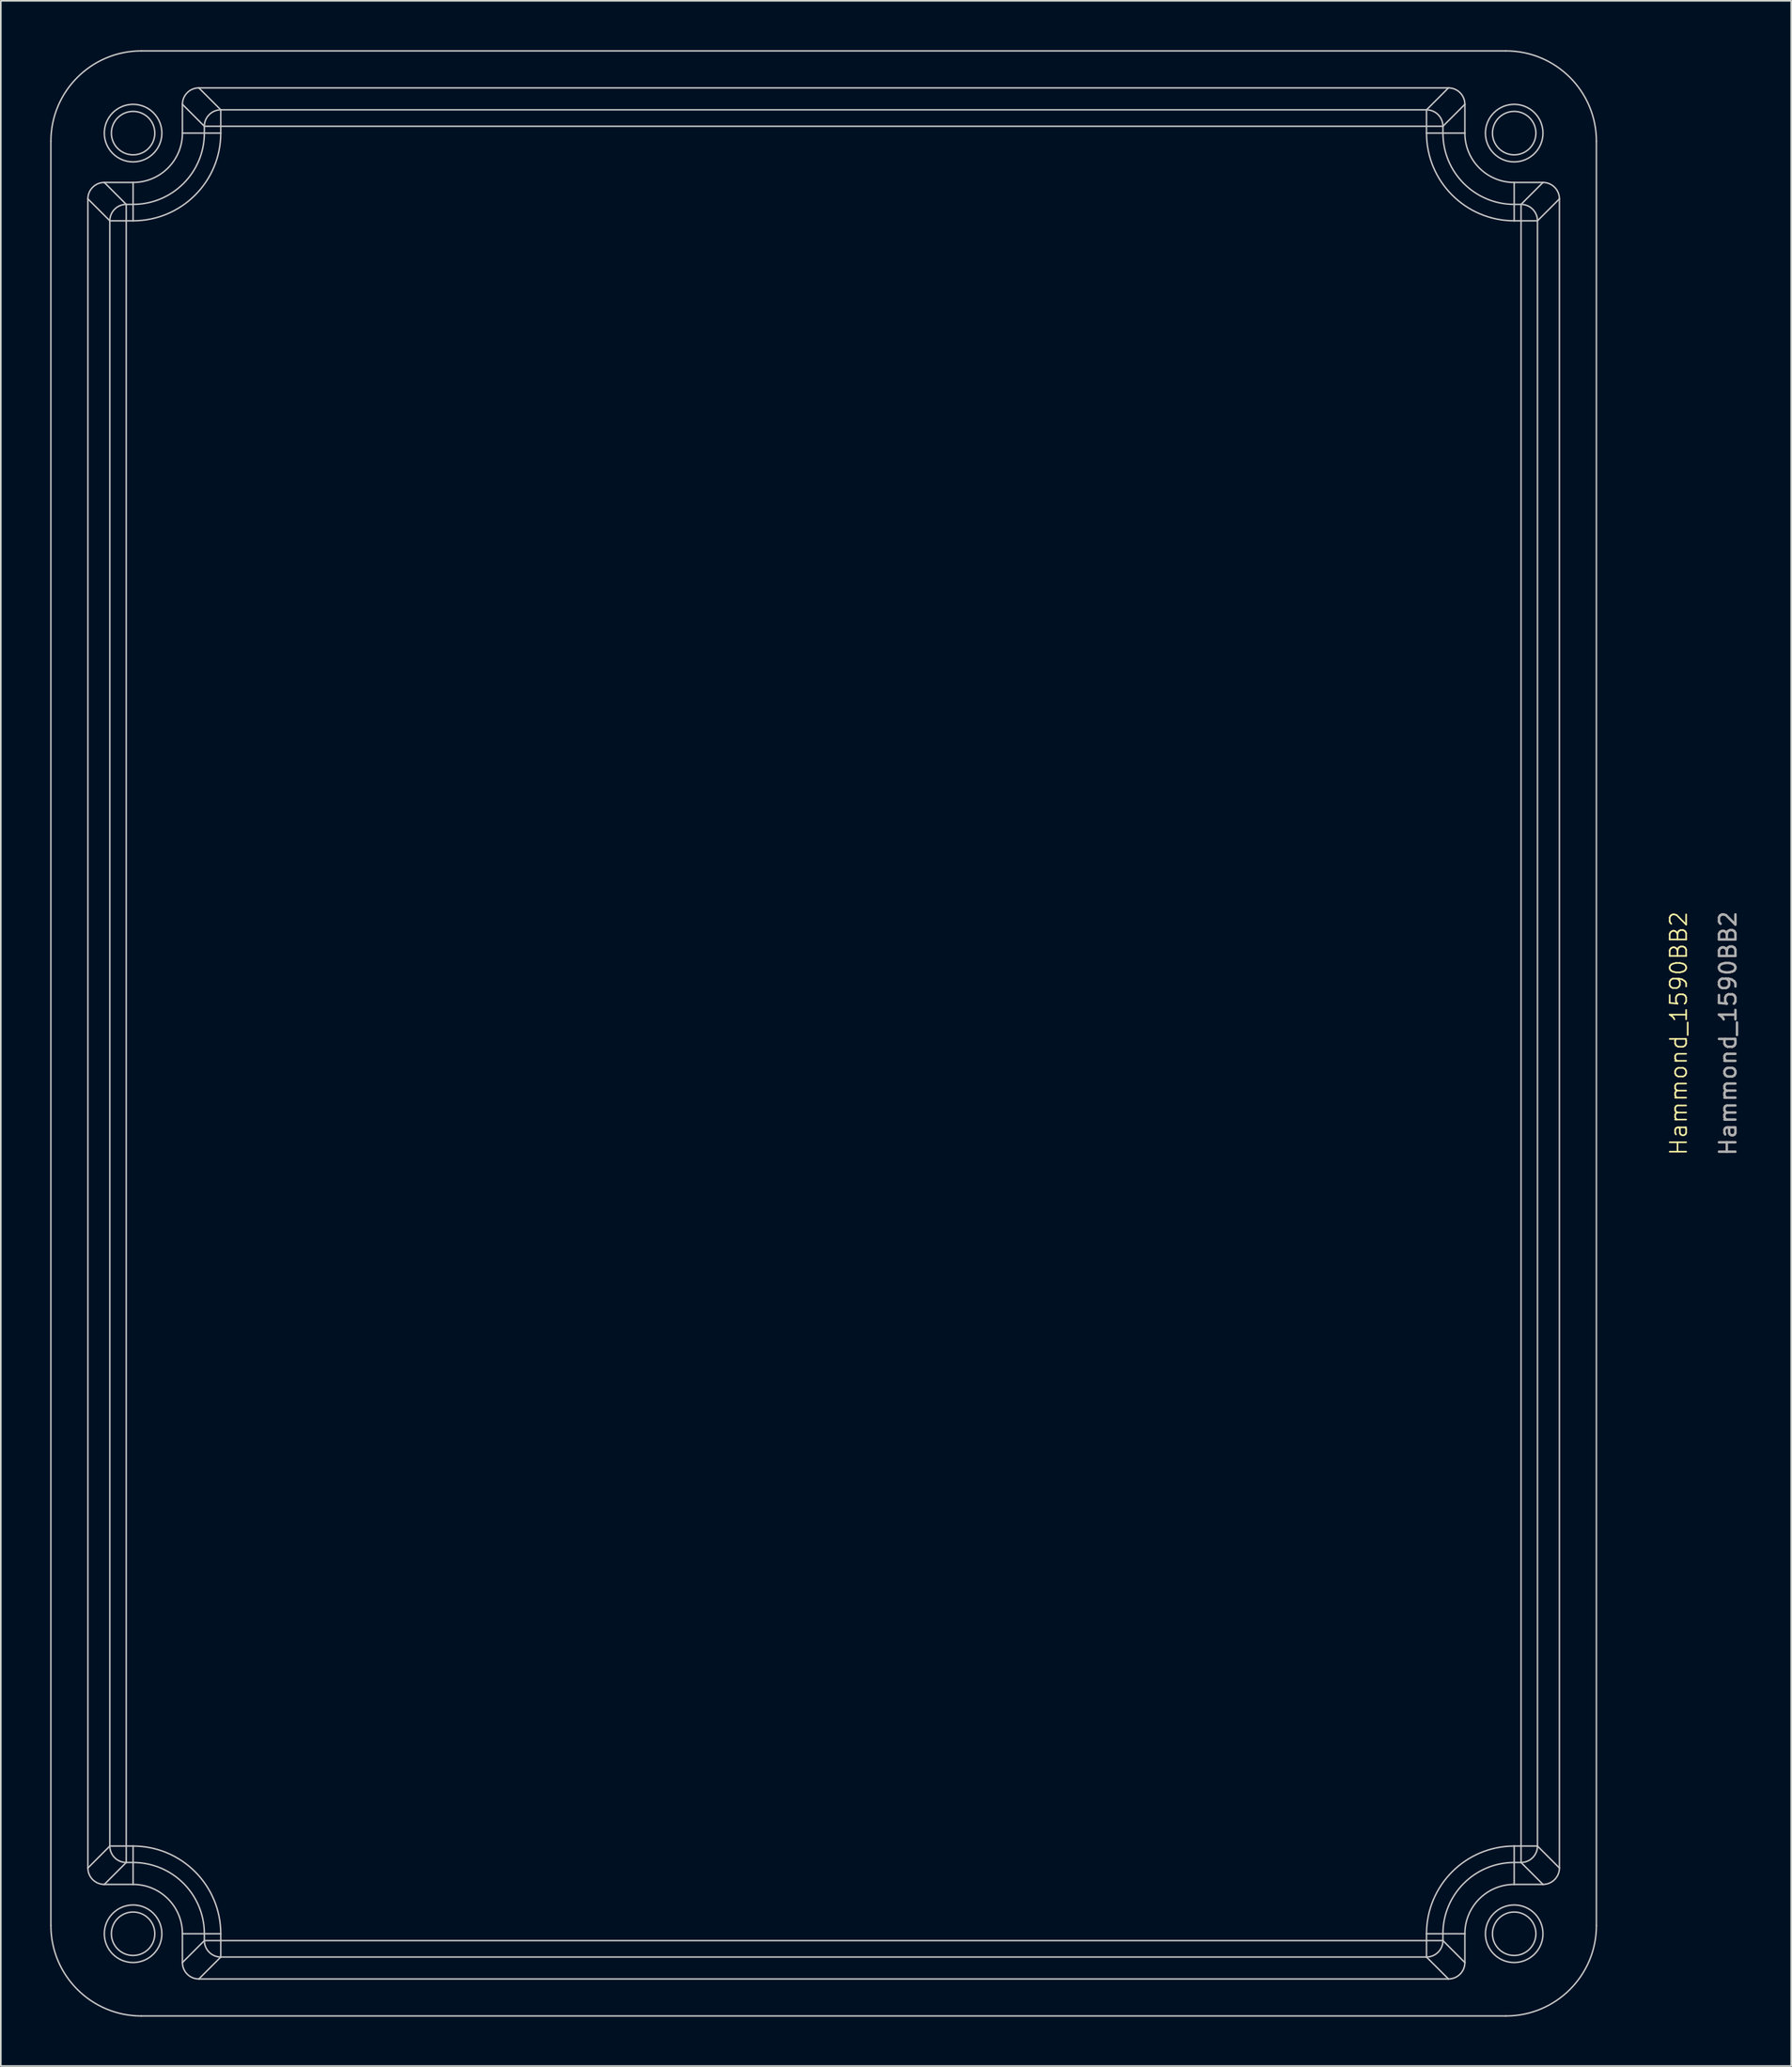
<source format=kicad_pcb>
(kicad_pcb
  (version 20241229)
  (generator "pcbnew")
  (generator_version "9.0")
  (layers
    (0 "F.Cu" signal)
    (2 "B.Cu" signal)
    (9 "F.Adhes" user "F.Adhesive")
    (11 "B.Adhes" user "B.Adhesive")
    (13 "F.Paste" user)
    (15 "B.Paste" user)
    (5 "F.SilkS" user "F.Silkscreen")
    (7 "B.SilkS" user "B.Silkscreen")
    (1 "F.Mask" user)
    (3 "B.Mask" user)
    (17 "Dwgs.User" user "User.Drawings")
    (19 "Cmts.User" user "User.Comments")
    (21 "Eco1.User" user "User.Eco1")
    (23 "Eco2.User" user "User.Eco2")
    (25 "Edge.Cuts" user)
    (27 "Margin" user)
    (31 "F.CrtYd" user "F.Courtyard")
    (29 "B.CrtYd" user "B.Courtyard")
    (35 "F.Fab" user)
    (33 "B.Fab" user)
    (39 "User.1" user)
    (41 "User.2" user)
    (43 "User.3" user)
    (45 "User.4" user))
  (footprint "Hammond_1590BB2"
    (layer "F.Cu")
    (at 47.045 59.795)
    (property "Reference" "Hammond_1590BB2" (at 52 0 90) (unlocked yes) (layer "F.SilkS") (effects (font (size 1 1) (thickness 0.1))))
    (fp_line (start -47 -54.25) (end -47 54.25) (stroke (width 0.09) (type solid)) (layer "Dwgs.User"))
    (fp_line (start -44.75 -50.751) (end -43.416 -49.417) (stroke (width 0.09) (type solid)) (layer "Dwgs.User"))
    (fp_line (start -44.75 50.751) (end -44.75 -50.751) (stroke (width 0.09) (type solid)) (layer "Dwgs.User"))
    (fp_line (start -43.751 -51.75) (end -42 -51.75) (stroke (width 0.09) (type solid)) (layer "Dwgs.User"))
    (fp_line (start -43.751 51.75) (end -42.417 50.416) (stroke (width 0.09) (type solid)) (layer "Dwgs.User"))
    (fp_line (start -43.416 -49.417) (end -43.416 49.417) (stroke (width 0.09) (type solid)) (layer "Dwgs.User"))
    (fp_line (start -43.416 -49.417) (end -42.417 -49.417) (stroke (width 0.09) (type solid)) (layer "Dwgs.User"))
    (fp_line (start -43.416 49.417) (end -44.75 50.751) (stroke (width 0.09) (type solid)) (layer "Dwgs.User"))
    (fp_line (start -42.417 -50.416) (end -43.751 -51.75) (stroke (width 0.09) (type solid)) (layer "Dwgs.User"))
    (fp_line (start -42.417 -49.417) (end -42.417 -50.416) (stroke (width 0.09) (type solid)) (layer "Dwgs.User"))
    (fp_line (start -42.417 -49.417) (end -42 -49.417) (stroke (width 0.09) (type solid)) (layer "Dwgs.User"))
    (fp_line (start -42.417 49.417) (end -43.416 49.417) (stroke (width 0.09) (type solid)) (layer "Dwgs.User"))
    (fp_line (start -42.417 49.417) (end -42.417 -49.417) (stroke (width 0.09) (type solid)) (layer "Dwgs.User"))
    (fp_line (start -42.417 50.416) (end -42.417 49.417) (stroke (width 0.09) (type solid)) (layer "Dwgs.User"))
    (fp_line (start -42.417 50.416) (end -42 50.416) (stroke (width 0.09) (type solid)) (layer "Dwgs.User"))
    (fp_line (start -42 -51.75) (end -42 -50.416) (stroke (width 0.09) (type solid)) (layer "Dwgs.User"))
    (fp_line (start -42 -50.416) (end -42.417 -50.416) (stroke (width 0.09) (type solid)) (layer "Dwgs.User"))
    (fp_line (start -42 -50.416) (end -42 -49.417) (stroke (width 0.09) (type solid)) (layer "Dwgs.User"))
    (fp_line (start -42 49.417) (end -42.417 49.417) (stroke (width 0.09) (type solid)) (layer "Dwgs.User"))
    (fp_line (start -42 49.417) (end -42 50.416) (stroke (width 0.09) (type solid)) (layer "Dwgs.User"))
    (fp_line (start -42 51.75) (end -43.751 51.75) (stroke (width 0.09) (type solid)) (layer "Dwgs.User"))
    (fp_line (start -42 51.75) (end -42 50.416) (stroke (width 0.09) (type solid)) (layer "Dwgs.User"))
    (fp_line (start -41.5 59.75) (end 41.5 59.75) (stroke (width 0.09) (type solid)) (layer "Dwgs.User"))
    (fp_line (start -39 -56.501) (end -37.666 -55.167) (stroke (width 0.09) (type solid)) (layer "Dwgs.User"))
    (fp_line (start -39 -54.75) (end -39 -56.501) (stroke (width 0.09) (type solid)) (layer "Dwgs.User"))
    (fp_line (start -39 -54.75) (end -37.666 -54.75) (stroke (width 0.09) (type solid)) (layer "Dwgs.User"))
    (fp_line (start -39 54.75) (end -37.666 54.75) (stroke (width 0.09) (type solid)) (layer "Dwgs.User"))
    (fp_line (start -39 56.501) (end -39 54.75) (stroke (width 0.09) (type solid)) (layer "Dwgs.User"))
    (fp_line (start -38.001 -57.5) (end 38.001 -57.5) (stroke (width 0.09) (type solid)) (layer "Dwgs.User"))
    (fp_line (start -38.001 57.5) (end -36.667 56.166) (stroke (width 0.09) (type solid)) (layer "Dwgs.User"))
    (fp_line (start -37.666 -55.167) (end -37.666 -54.75) (stroke (width 0.09) (type solid)) (layer "Dwgs.User"))
    (fp_line (start -37.666 -55.167) (end -36.667 -55.167) (stroke (width 0.09) (type solid)) (layer "Dwgs.User"))
    (fp_line (start -37.666 -54.75) (end -36.667 -54.75) (stroke (width 0.09) (type solid)) (layer "Dwgs.User"))
    (fp_line (start -37.666 54.75) (end -37.666 55.167) (stroke (width 0.09) (type solid)) (layer "Dwgs.User"))
    (fp_line (start -37.666 55.167) (end -39 56.501) (stroke (width 0.09) (type solid)) (layer "Dwgs.User"))
    (fp_line (start -36.667 -56.166) (end -38.001 -57.5) (stroke (width 0.09) (type solid)) (layer "Dwgs.User"))
    (fp_line (start -36.667 -55.167) (end -36.667 -56.166) (stroke (width 0.09) (type solid)) (layer "Dwgs.User"))
    (fp_line (start -36.667 -55.167) (end 36.667 -55.167) (stroke (width 0.09) (type solid)) (layer "Dwgs.User"))
    (fp_line (start -36.667 -54.75) (end -36.667 -55.167) (stroke (width 0.09) (type solid)) (layer "Dwgs.User"))
    (fp_line (start -36.667 54.75) (end -37.666 54.75) (stroke (width 0.09) (type solid)) (layer "Dwgs.User"))
    (fp_line (start -36.667 55.167) (end -37.666 55.167) (stroke (width 0.09) (type solid)) (layer "Dwgs.User"))
    (fp_line (start -36.667 55.167) (end -36.667 54.75) (stroke (width 0.09) (type solid)) (layer "Dwgs.User"))
    (fp_line (start -36.667 56.166) (end -36.667 55.167) (stroke (width 0.09) (type solid)) (layer "Dwgs.User"))
    (fp_line (start -36.667 56.166) (end 36.667 56.166) (stroke (width 0.09) (type solid)) (layer "Dwgs.User"))
    (fp_line (start 36.667 -56.166) (end -36.667 -56.166) (stroke (width 0.09) (type solid)) (layer "Dwgs.User"))
    (fp_line (start 36.667 -56.166) (end 36.667 -55.167) (stroke (width 0.09) (type solid)) (layer "Dwgs.User"))
    (fp_line (start 36.667 -55.167) (end 36.667 -54.75) (stroke (width 0.09) (type solid)) (layer "Dwgs.User"))
    (fp_line (start 36.667 -55.167) (end 37.666 -55.167) (stroke (width 0.09) (type solid)) (layer "Dwgs.User"))
    (fp_line (start 36.667 54.75) (end 36.667 55.167) (stroke (width 0.09) (type solid)) (layer "Dwgs.User"))
    (fp_line (start 36.667 54.75) (end 37.666 54.75) (stroke (width 0.09) (type solid)) (layer "Dwgs.User"))
    (fp_line (start 36.667 55.167) (end -36.667 55.167) (stroke (width 0.09) (type solid)) (layer "Dwgs.User"))
    (fp_line (start 36.667 55.167) (end 36.667 56.166) (stroke (width 0.09) (type solid)) (layer "Dwgs.User"))
    (fp_line (start 36.667 56.166) (end 38.001 57.5) (stroke (width 0.09) (type solid)) (layer "Dwgs.User"))
    (fp_line (start 37.666 -55.167) (end 39 -56.501) (stroke (width 0.09) (type solid)) (layer "Dwgs.User"))
    (fp_line (start 37.666 -54.75) (end 36.667 -54.75) (stroke (width 0.09) (type solid)) (layer "Dwgs.User"))
    (fp_line (start 37.666 -54.75) (end 37.666 -55.167) (stroke (width 0.09) (type solid)) (layer "Dwgs.User"))
    (fp_line (start 37.666 55.167) (end 36.667 55.167) (stroke (width 0.09) (type solid)) (layer "Dwgs.User"))
    (fp_line (start 37.666 55.167) (end 37.666 54.75) (stroke (width 0.09) (type solid)) (layer "Dwgs.User"))
    (fp_line (start 38.001 -57.5) (end 36.667 -56.166) (stroke (width 0.09) (type solid)) (layer "Dwgs.User"))
    (fp_line (start 38.001 57.5) (end -38.001 57.5) (stroke (width 0.09) (type solid)) (layer "Dwgs.User"))
    (fp_line (start 39 -56.501) (end 39 -54.75) (stroke (width 0.09) (type solid)) (layer "Dwgs.User"))
    (fp_line (start 39 -54.75) (end 37.666 -54.75) (stroke (width 0.09) (type solid)) (layer "Dwgs.User"))
    (fp_line (start 39 54.75) (end 37.666 54.75) (stroke (width 0.09) (type solid)) (layer "Dwgs.User"))
    (fp_line (start 39 54.75) (end 39 56.501) (stroke (width 0.09) (type solid)) (layer "Dwgs.User"))
    (fp_line (start 39 56.501) (end 37.666 55.167) (stroke (width 0.09) (type solid)) (layer "Dwgs.User"))
    (fp_line (start 41.5 -59.75) (end -41.5 -59.75) (stroke (width 0.09) (type solid)) (layer "Dwgs.User"))
    (fp_line (start 42 -51.75) (end 42 -50.416) (stroke (width 0.09) (type solid)) (layer "Dwgs.User"))
    (fp_line (start 42 -51.75) (end 43.751 -51.75) (stroke (width 0.09) (type solid)) (layer "Dwgs.User"))
    (fp_line (start 42 -50.416) (end 42 -49.417) (stroke (width 0.09) (type solid)) (layer "Dwgs.User"))
    (fp_line (start 42 -49.417) (end 42.417 -49.417) (stroke (width 0.09) (type solid)) (layer "Dwgs.User"))
    (fp_line (start 42 49.417) (end 42 50.416) (stroke (width 0.09) (type solid)) (layer "Dwgs.User"))
    (fp_line (start 42 50.416) (end 42.417 50.416) (stroke (width 0.09) (type solid)) (layer "Dwgs.User"))
    (fp_line (start 42 51.75) (end 42 50.416) (stroke (width 0.09) (type solid)) (layer "Dwgs.User"))
    (fp_line (start 42.417 -50.416) (end 42 -50.416) (stroke (width 0.09) (type solid)) (layer "Dwgs.User"))
    (fp_line (start 42.417 -50.416) (end 42.417 -49.417) (stroke (width 0.09) (type solid)) (layer "Dwgs.User"))
    (fp_line (start 42.417 -49.417) (end 42.417 49.417) (stroke (width 0.09) (type solid)) (layer "Dwgs.User"))
    (fp_line (start 42.417 -49.417) (end 43.416 -49.417) (stroke (width 0.09) (type solid)) (layer "Dwgs.User"))
    (fp_line (start 42.417 49.417) (end 42 49.417) (stroke (width 0.09) (type solid)) (layer "Dwgs.User"))
    (fp_line (start 42.417 49.417) (end 42.417 50.416) (stroke (width 0.09) (type solid)) (layer "Dwgs.User"))
    (fp_line (start 42.417 50.416) (end 43.751 51.75) (stroke (width 0.09) (type solid)) (layer "Dwgs.User"))
    (fp_line (start 43.416 -49.417) (end 44.75 -50.751) (stroke (width 0.09) (type solid)) (layer "Dwgs.User"))
    (fp_line (start 43.416 49.417) (end 42.417 49.417) (stroke (width 0.09) (type solid)) (layer "Dwgs.User"))
    (fp_line (start 43.416 49.417) (end 43.416 -49.417) (stroke (width 0.09) (type solid)) (layer "Dwgs.User"))
    (fp_line (start 43.751 -51.75) (end 42.417 -50.416) (stroke (width 0.09) (type solid)) (layer "Dwgs.User"))
    (fp_line (start 43.751 51.75) (end 42 51.75) (stroke (width 0.09) (type solid)) (layer "Dwgs.User"))
    (fp_line (start 44.75 -50.751) (end 44.75 50.751) (stroke (width 0.09) (type solid)) (layer "Dwgs.User"))
    (fp_line (start 44.75 50.751) (end 43.416 49.417) (stroke (width 0.09) (type solid)) (layer "Dwgs.User"))
    (fp_line (start 47 54.25) (end 47 -54.25) (stroke (width 0.09) (type solid)) (layer "Dwgs.User"))
    (fp_arc (start -47 -54.25) (mid -45.3891 -58.1391) (end -41.5 -59.75) (stroke (width 0.09) (type solid)) (layer "Dwgs.User"))
    (fp_arc (start -42 49.417389) (mid -38.229266 50.979266) (end -36.667388 54.75) (stroke (width 0.09) (type solid)) (layer "Dwgs.User"))
    (fp_arc (start -42 50.416437) (mid -38.935699 51.685699) (end -37.666437 54.75) (stroke (width 0.09) (type solid)) (layer "Dwgs.User"))
    (fp_arc (start -42 51.75) (mid -39.878671 52.628671) (end -39 54.75) (stroke (width 0.09) (type solid)) (layer "Dwgs.User"))
    (fp_arc (start -41.5 59.75) (mid -45.389079 58.139079) (end -47 54.25) (stroke (width 0.09) (type solid)) (layer "Dwgs.User"))
    (fp_arc (start -39 -54.75) (mid -39.878692 -52.628692) (end -42 -51.75) (stroke (width 0.09) (type solid)) (layer "Dwgs.User"))
    (fp_arc (start -37.666437 -54.75) (mid -38.935721 -51.68572) (end -42 -50.416436) (stroke (width 0.09) (type solid)) (layer "Dwgs.User"))
    (fp_arc (start -36.667388 -54.75) (mid -38.229286 -50.979286) (end -42 -49.417388) (stroke (width 0.09) (type solid)) (layer "Dwgs.User"))
    (fp_arc (start 36.667389 54.75) (mid 38.229263 50.979263) (end 42 49.417389) (stroke (width 0.09) (type solid)) (layer "Dwgs.User"))
    (fp_arc (start 37.666437 54.75) (mid 38.935697 51.685697) (end 42 50.416437) (stroke (width 0.09) (type solid)) (layer "Dwgs.User"))
    (fp_arc (start 39 54.75) (mid 39.87868 52.62868) (end 42 51.75) (stroke (width 0.09) (type solid)) (layer "Dwgs.User"))
    (fp_arc (start 41.5 -59.75) (mid 45.389097 -58.139097) (end 47 -54.25) (stroke (width 0.09) (type solid)) (layer "Dwgs.User"))
    (fp_arc (start 42 -51.75) (mid 39.87869 -52.62869) (end 39 -54.75) (stroke (width 0.09) (type solid)) (layer "Dwgs.User"))
    (fp_arc (start 42 -50.416436) (mid 38.935717 -51.685717) (end 37.666437 -54.75) (stroke (width 0.09) (type solid)) (layer "Dwgs.User"))
    (fp_arc (start 42 -49.417388) (mid 38.229284 -50.979283) (end 36.667389 -54.75) (stroke (width 0.09) (type solid)) (layer "Dwgs.User"))
    (fp_arc (start 47 54.25) (mid 45.389076 58.139076) (end 41.5 59.75) (stroke (width 0.09) (type solid)) (layer "Dwgs.User"))
    (fp_circle (center -42 -54.75) (end -42 -53.429) (stroke (width 0.09) (type solid)) (fill no) (layer "Dwgs.User"))
    (fp_circle (center -42 -54.75) (end -42 -53) (stroke (width 0.09) (type solid)) (fill no) (layer "Dwgs.User"))
    (fp_circle (center -42 54.75) (end -42 56.071) (stroke (width 0.09) (type solid)) (fill no) (layer "Dwgs.User"))
    (fp_circle (center -42 54.75) (end -42 56.5) (stroke (width 0.09) (type solid)) (fill no) (layer "Dwgs.User"))
    (fp_circle (center 42 -54.75) (end 42 -53.429) (stroke (width 0.09) (type solid)) (fill no) (layer "Dwgs.User"))
    (fp_circle (center 42 -54.75) (end 42 -53) (stroke (width 0.09) (type solid)) (fill no) (layer "Dwgs.User"))
    (fp_circle (center 42 54.75) (end 42 56.071) (stroke (width 0.09) (type solid)) (fill no) (layer "Dwgs.User"))
    (fp_circle (center 42 54.75) (end 42 56.5) (stroke (width 0.09) (type solid)) (fill no) (layer "Dwgs.User"))
    (fp_curve (pts (xy -44.75 50.751) (xy -44.75 51.303) (xy -44.303 51.75) (xy -43.751 51.75)) (stroke (width 0.09) (type solid)) (layer "Dwgs.User"))
    (fp_curve (pts (xy -43.751 -51.75) (xy -44.303 -51.75) (xy -44.75 -51.303) (xy -44.75 -50.751)) (stroke (width 0.09) (type solid)) (layer "Dwgs.User"))
    (fp_curve (pts (xy -43.416 49.417) (xy -43.415 49.968) (xy -42.968 50.415) (xy -42.417 50.416)) (stroke (width 0.09) (type solid)) (layer "Dwgs.User"))
    (fp_curve (pts (xy -42.417 -50.416) (xy -42.968 -50.415) (xy -43.415 -49.968) (xy -43.416 -49.417)) (stroke (width 0.09) (type solid)) (layer "Dwgs.User"))
    (fp_curve (pts (xy -39 56.501) (xy -39 57.053) (xy -38.553 57.5) (xy -38.001 57.5)) (stroke (width 0.09) (type solid)) (layer "Dwgs.User"))
    (fp_curve (pts (xy -38.001 -57.5) (xy -38.553 -57.5) (xy -39 -57.053) (xy -39 -56.501)) (stroke (width 0.09) (type solid)) (layer "Dwgs.User"))
    (fp_curve (pts (xy -37.666 55.167) (xy -37.665 55.718) (xy -37.218 56.165) (xy -36.667 56.166)) (stroke (width 0.09) (type solid)) (layer "Dwgs.User"))
    (fp_curve (pts (xy -36.667 -56.166) (xy -37.218 -56.165) (xy -37.665 -55.718) (xy -37.666 -55.167)) (stroke (width 0.09) (type solid)) (layer "Dwgs.User"))
    (fp_curve (pts (xy 36.667 56.166) (xy 37.218 56.165) (xy 37.665 55.718) (xy 37.666 55.167)) (stroke (width 0.09) (type solid)) (layer "Dwgs.User"))
    (fp_curve (pts (xy 37.666 -55.167) (xy 37.665 -55.718) (xy 37.218 -56.165) (xy 36.667 -56.166)) (stroke (width 0.09) (type solid)) (layer "Dwgs.User"))
    (fp_curve (pts (xy 38.001 57.5) (xy 38.553 57.5) (xy 39 57.053) (xy 39 56.501)) (stroke (width 0.09) (type solid)) (layer "Dwgs.User"))
    (fp_curve (pts (xy 39 -56.501) (xy 39 -57.053) (xy 38.553 -57.5) (xy 38.001 -57.5)) (stroke (width 0.09) (type solid)) (layer "Dwgs.User"))
    (fp_curve (pts (xy 42.417 50.416) (xy 42.968 50.415) (xy 43.415 49.968) (xy 43.416 49.417)) (stroke (width 0.09) (type solid)) (layer "Dwgs.User"))
    (fp_curve (pts (xy 43.416 -49.417) (xy 43.415 -49.968) (xy 42.968 -50.415) (xy 42.417 -50.416)) (stroke (width 0.09) (type solid)) (layer "Dwgs.User"))
    (fp_curve (pts (xy 43.751 51.75) (xy 44.303 51.75) (xy 44.75 51.303) (xy 44.75 50.751)) (stroke (width 0.09) (type solid)) (layer "Dwgs.User"))
    (fp_curve (pts (xy 44.75 -50.751) (xy 44.75 -51.303) (xy 44.303 -51.75) (xy 43.751 -51.75)) (stroke (width 0.09) (type solid)) (layer "Dwgs.User"))
    (fp_text user "${REFERENCE}" (at 55 0 90) (unlocked yes) (layer "F.Fab") (effects (font (size 1 1) (thickness 0.15)))))
  (gr_rect
    (start -3 -3)
    (end 105.893 122.59)
    (stroke (width 0.1) (type default))
    (fill no)
    (layer "Edge.Cuts")))
</source>
